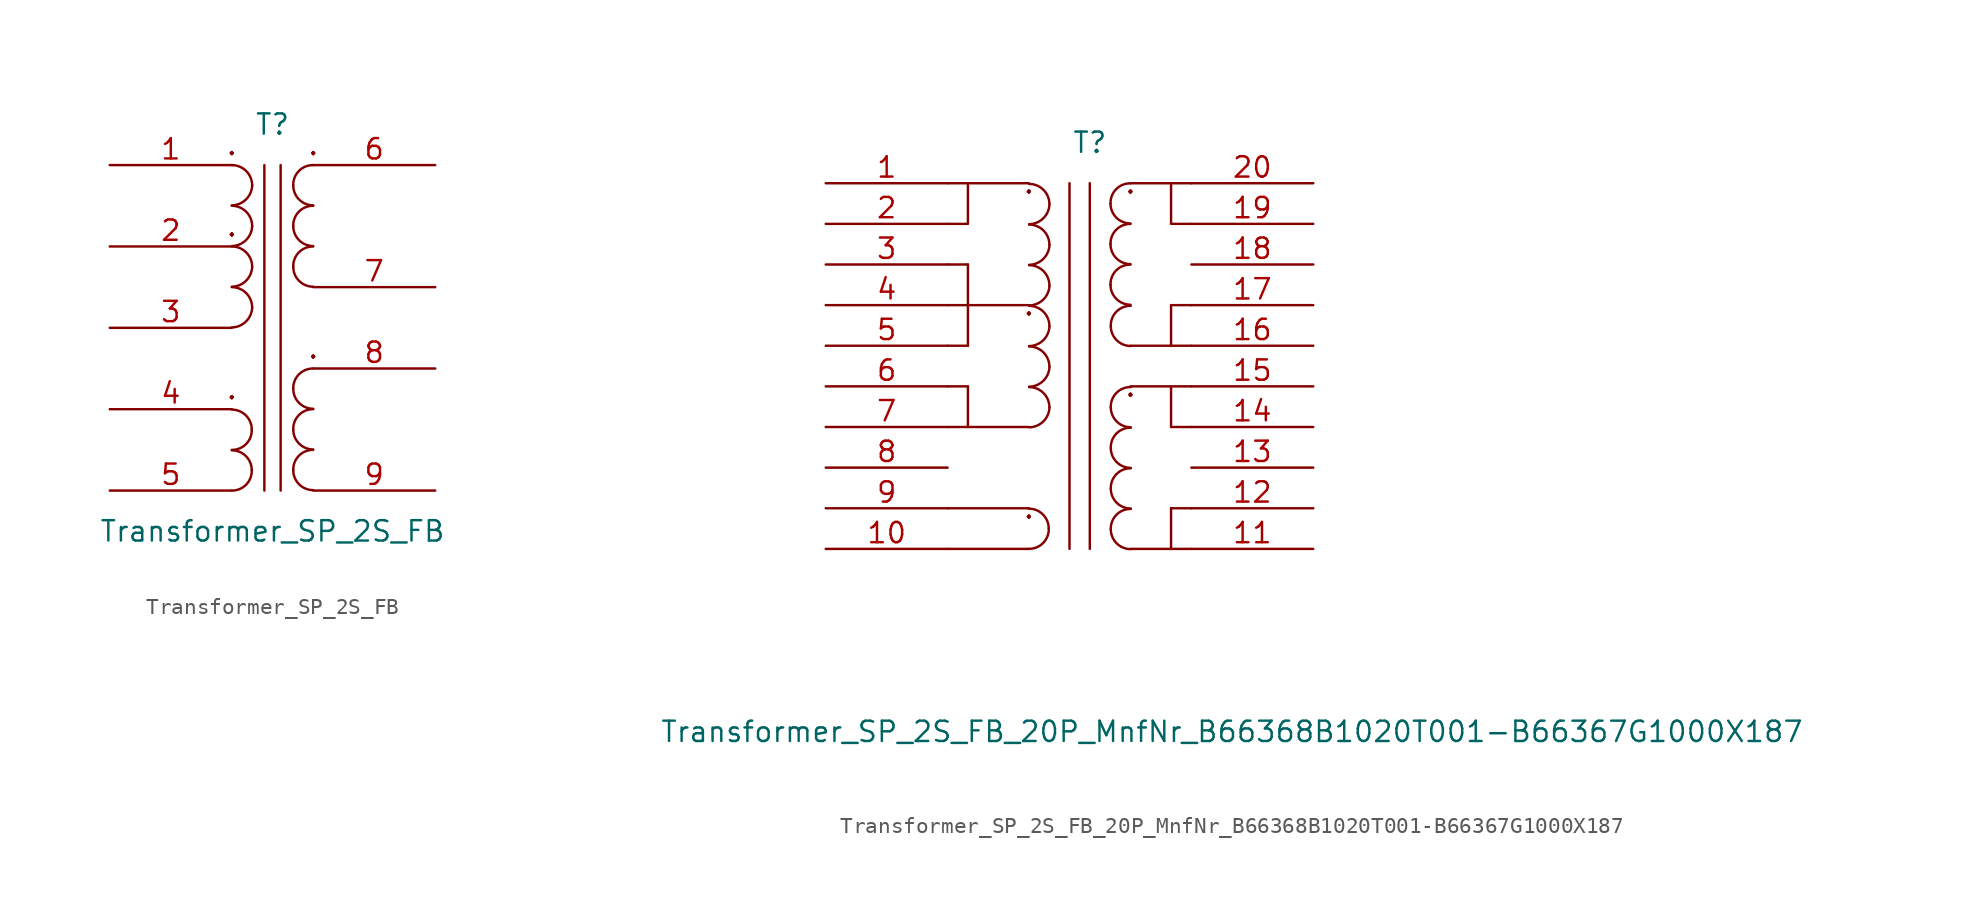
<source format=kicad_sym>
(kicad_symbol_lib
  (version 20220914)
  (generator kicad_symbol_editor)
  (symbol "Transformer_SP_2S_FB"
    (pin_names
      (offset 1.016) hide)
    (property "Reference" "T"
      (at -5.08 3.81 0)
      (effects (font (size 1.27 1.27))))
    (property "Value" "Transformer_SP_2S_FB"
      (at -5.08 -21.59 0)
      (effects (font (size 1.27 1.27))))
    (symbol "Transformer_SP_2S_FB_0_1"
      (arc (start -7.62 -19.05) (mid -6.7258 -18.6815) (end -6.3754 -17.78) (stroke (width 0) (type default)) (fill (type none)))
      (arc (start -7.62 -16.51) (mid -6.7258 -16.1415) (end -6.3754 -15.24) (stroke (width 0) (type default)) (fill (type none)))
      (arc (start -7.62 -8.8646) (mid -6.7361 -8.4963) (end -6.35 -7.62) (stroke (width 0) (type default)) (fill (type none)))
      (arc (start -7.62 -6.3246) (mid -6.7361 -5.9563) (end -6.35 -5.08) (stroke (width 0) (type default)) (fill (type none)))
      (arc (start -7.62 -3.7846) (mid -6.7361 -3.4163) (end -6.35 -2.54) (stroke (width 0) (type default)) (fill (type none)))
      (arc (start -7.62 -1.2446) (mid -6.7361 -0.8763) (end -6.35 0) (stroke (width 0) (type default)) (fill (type none)))
      (arc (start -6.3754 -17.78) (mid -6.7399 -16.8999) (end -7.62 -16.5354) (stroke (width 0) (type default)) (fill (type none)))
      (arc (start -6.3754 -15.24) (mid -6.7399 -14.3599) (end -7.62 -13.9954) (stroke (width 0) (type default)) (fill (type none)))
      (arc (start -6.35 -7.62) (mid -6.722 -6.722) (end -7.62 -6.35) (stroke (width 0) (type default)) (fill (type none)))
      (arc (start -6.35 -5.08) (mid -6.722 -4.182) (end -7.62 -3.81) (stroke (width 0) (type default)) (fill (type none)))
      (arc (start -6.35 -2.54) (mid -6.722 -1.642) (end -7.62 -1.27) (stroke (width 0) (type default)) (fill (type none)))
      (arc (start -6.35 0) (mid -6.722 0.898) (end -7.62 1.27) (stroke (width 0) (type default)) (fill (type none)))
      (arc (start -3.7846 -17.78) (mid -3.4201 -18.6601) (end -2.54 -19.0246) (stroke (width 0) (type default)) (fill (type none)))
      (arc (start -3.7846 -15.24) (mid -3.4201 -16.1201) (end -2.54 -16.4846) (stroke (width 0) (type default)) (fill (type none)))
      (arc (start -3.7846 -12.7) (mid -3.4201 -13.5801) (end -2.54 -13.9446) (stroke (width 0) (type default)) (fill (type none)))
      (arc (start -3.7846 -5.08) (mid -3.4201 -5.9601) (end -2.54 -6.3246) (stroke (width 0) (type default)) (fill (type none)))
      (arc (start -3.7846 -2.54) (mid -3.4201 -3.4201) (end -2.54 -3.7846) (stroke (width 0) (type default)) (fill (type none)))
      (arc (start -3.7846 0) (mid -3.4201 -0.8801) (end -2.54 -1.2446) (stroke (width 0) (type default)) (fill (type none)))
      (arc (start -2.54 -16.51) (mid -3.4342 -16.8785) (end -3.7846 -17.78) (stroke (width 0) (type default)) (fill (type none)))
      (arc (start -2.54 -13.97) (mid -3.4342 -14.3385) (end -3.7846 -15.24) (stroke (width 0) (type default)) (fill (type none)))
      (arc (start -2.54 -11.43) (mid -3.4342 -11.7985) (end -3.7846 -12.7) (stroke (width 0) (type default)) (fill (type none)))
      (arc (start -2.54 -3.81) (mid -3.4342 -4.1785) (end -3.7846 -5.08) (stroke (width 0) (type default)) (fill (type none)))
      (arc (start -2.54 -1.27) (mid -3.4342 -1.6385) (end -3.7846 -2.54) (stroke (width 0) (type default)) (fill (type none)))
      (arc (start -2.54 1.27) (mid -3.4342 0.9015) (end -3.7846 0) (stroke (width 0) (type default)) (fill (type none)))
      (polyline (pts (xy -5.588 -19.05) (xy -5.588 1.27)) (stroke (width 0) (type default)) (fill (type none)))
      (polyline (pts (xy -4.572 1.27) (xy -4.572 -19.05)) (stroke (width 0) (type default)) (fill (type none))))
    (symbol "Transformer_SP_2S_FB_1_1"
      (text "." (at -7.62 -12.7 0) (effects (font (size 1.27 1.27))))
      (text "." (at -7.62 -2.54 0) (effects (font (size 1.27 1.27))))
      (text "." (at -7.62 2.54 0) (effects (font (size 1.27 1.27))))
      (text "." (at -2.54 -10.16 0) (effects (font (size 1.27 1.27))))
      (text "." (at -2.54 2.54 0) (effects (font (size 1.27 1.27))))
      (pin passive line (at -15.24 1.27 0) (length 7.62) (name "IN+" (effects (font (size 1.27 1.27)))) (number "1" (effects (font (size 1.27 1.27)))))
      (pin passive line (at -15.24 -3.81 0) (length 7.62) (name "PM" (effects (font (size 1.27 1.27)))) (number "2" (effects (font (size 1.27 1.27)))))
      (pin passive line (at -15.24 -8.89 0) (length 7.62) (name "IN-" (effects (font (size 1.27 1.27)))) (number "3" (effects (font (size 1.27 1.27)))))
      (pin passive line (at -15.24 -13.97 0) (length 7.62) (name "FB1" (effects (font (size 1.27 1.27)))) (number "4" (effects (font (size 1.27 1.27)))))
      (pin passive line (at -15.24 -19.05 0) (length 7.62) (name "FB2" (effects (font (size 1.27 1.27)))) (number "5" (effects (font (size 1.27 1.27)))))
      (pin passive line (at 5.08 1.27 180) (length 7.62) (name "OUT1A" (effects (font (size 1.27 1.27)))) (number "6" (effects (font (size 1.27 1.27)))))
      (pin passive line (at 5.08 -6.35 180) (length 7.62) (name "OUT1B" (effects (font (size 1.27 1.27)))) (number "7" (effects (font (size 1.27 1.27)))))
      (pin passive line (at 5.08 -11.43 180) (length 7.62) (name "OUT2A" (effects (font (size 1.27 1.27)))) (number "8" (effects (font (size 1.27 1.27)))))
      (pin passive line (at 5.08 -19.05 180) (length 7.62) (name "OUT2B" (effects (font (size 1.27 1.27)))) (number "9" (effects (font (size 1.27 1.27)))))))
  (symbol "Transformer_SP_2S_FB_20P_MnfNr_B66368B1020T001-B66367G1000X187"
    (pin_names
      (offset 1.016) hide)
    (property "Reference" "T"
      (at -13.97 15.24 0)
      (effects (font (size 1.27 1.27))))
    (property "Value" "Transformer_SP_2S_FB_20P_MnfNr_B66368B1020T001-B66367G1000X187"
      (at -5.08 -21.59 0)
      (effects (font (size 1.27 1.27))))
    (symbol "Transformer_SP_2S_FB_20P_MnfNr_B66368B1020T001-B66367G1000X187_0_1"
      (arc (start -17.78 -10.16) (mid -16.8858 -9.7915) (end -16.5354 -8.89) (stroke (width 0) (type default)) (fill (type none)))
      (arc (start -17.7615 -2.5591) (mid -16.8776 -2.1908) (end -16.4915 -1.3145) (stroke (width 0) (type default)) (fill (type none)))
      (arc (start -17.7615 -0.0191) (mid -16.8776 0.3492) (end -16.4915 1.2255) (stroke (width 0) (type default)) (fill (type none)))
      (arc (start -17.7615 2.5209) (mid -16.8776 2.8892) (end -16.4915 3.7655) (stroke (width 0) (type default)) (fill (type none)))
      (arc (start -17.7617 5.0611) (mid -16.8778 5.4294) (end -16.4917 6.3057) (stroke (width 0) (type default)) (fill (type none)))
      (arc (start -17.7617 7.6011) (mid -16.8778 7.9694) (end -16.4917 8.8457) (stroke (width 0) (type default)) (fill (type none)))
      (arc (start -17.7617 10.1411) (mid -16.8778 10.5094) (end -16.4917 11.3857) (stroke (width 0) (type default)) (fill (type none)))
      (arc (start -16.5354 -8.89) (mid -16.8999 -8.0099) (end -17.78 -7.6454) (stroke (width 0) (type default)) (fill (type none)))
      (arc (start -16.4915 -1.3145) (mid -16.8635 -0.4165) (end -17.7615 -0.0445) (stroke (width 0) (type default)) (fill (type none)))
      (arc (start -16.4915 1.2255) (mid -16.8635 2.1235) (end -17.7615 2.4955) (stroke (width 0) (type default)) (fill (type none)))
      (arc (start -16.4915 3.7655) (mid -16.8635 4.6635) (end -17.7615 5.0355) (stroke (width 0) (type default)) (fill (type none)))
      (arc (start -16.4917 6.3057) (mid -16.8637 7.2037) (end -17.7617 7.5757) (stroke (width 0) (type default)) (fill (type none)))
      (arc (start -16.4917 8.8457) (mid -16.8637 9.7437) (end -17.7617 10.1157) (stroke (width 0) (type default)) (fill (type none)))
      (arc (start -16.4917 11.3857) (mid -16.8637 12.2837) (end -17.7617 12.6557) (stroke (width 0) (type default)) (fill (type none)))
      (arc (start -12.6746 6.35) (mid -12.3101 5.4699) (end -11.43 5.1054) (stroke (width 0) (type default)) (fill (type none)))
      (arc (start -12.6746 8.89) (mid -12.3101 8.0099) (end -11.43 7.6454) (stroke (width 0) (type default)) (fill (type none)))
      (arc (start -12.6746 11.43) (mid -12.3101 10.5499) (end -11.43 10.1854) (stroke (width 0) (type default)) (fill (type none)))
      (arc (start -12.6576 -8.932) (mid -12.2931 -9.8121) (end -11.413 -10.1766) (stroke (width 0) (type default)) (fill (type none)))
      (arc (start -12.6576 -6.392) (mid -12.2931 -7.2721) (end -11.413 -7.6366) (stroke (width 0) (type default)) (fill (type none)))
      (arc (start -12.6576 -3.852) (mid -12.2931 -4.7321) (end -11.413 -5.0966) (stroke (width 0) (type default)) (fill (type none)))
      (arc (start -12.6578 -1.3116) (mid -12.2933 -2.1917) (end -11.4132 -2.5562) (stroke (width 0) (type default)) (fill (type none)))
      (arc (start -12.6578 3.7684) (mid -12.2933 2.8883) (end -11.4132 2.5238) (stroke (width 0) (type default)) (fill (type none)))
      (arc (start -11.43 7.62) (mid -12.3242 7.2515) (end -12.6746 6.35) (stroke (width 0) (type default)) (fill (type none)))
      (arc (start -11.43 10.16) (mid -12.3242 9.7915) (end -12.6746 8.89) (stroke (width 0) (type default)) (fill (type none)))
      (arc (start -11.43 12.7) (mid -12.3242 12.3315) (end -12.6746 11.43) (stroke (width 0) (type default)) (fill (type none)))
      (arc (start -11.413 -7.662) (mid -12.3072 -8.0305) (end -12.6576 -8.932) (stroke (width 0) (type default)) (fill (type none)))
      (arc (start -11.413 -5.122) (mid -12.3072 -5.4905) (end -12.6576 -6.392) (stroke (width 0) (type default)) (fill (type none)))
      (arc (start -11.413 -2.582) (mid -12.3072 -2.9505) (end -12.6576 -3.852) (stroke (width 0) (type default)) (fill (type none)))
      (arc (start -11.4132 -0.0416) (mid -12.3074 -0.4101) (end -12.6578 -1.3116) (stroke (width 0) (type default)) (fill (type none)))
      (arc (start -11.4132 5.0384) (mid -12.3074 4.6699) (end -12.6578 3.7684) (stroke (width 0) (type default)) (fill (type none)))
      (polyline (pts (xy -22.86 -10.16) (xy -17.78 -10.16)) (stroke (width 0) (type default)) (fill (type none)))
      (polyline (pts (xy -22.86 -7.62) (xy -17.78 -7.62)) (stroke (width 0) (type default)) (fill (type none)))
      (polyline (pts (xy -22.86 -2.54) (xy -17.78 -2.54)) (stroke (width 0) (type default)) (fill (type none)))
      (polyline (pts (xy -22.86 0) (xy -21.59 0)) (stroke (width 0) (type default)) (fill (type none)))
      (polyline (pts (xy -22.86 5.08) (xy -17.78 5.08)) (stroke (width 0) (type default)) (fill (type none)))
      (polyline (pts (xy -22.86 7.62) (xy -21.59 7.62)) (stroke (width 0) (type default)) (fill (type none)))
      (polyline (pts (xy -22.86 12.7) (xy -17.78 12.7)) (stroke (width 0) (type default)) (fill (type none)))
      (polyline (pts (xy -21.59 0) (xy -21.59 -2.54)) (stroke (width 0) (type default)) (fill (type none)))
      (polyline (pts (xy -21.59 2.54) (xy -22.86 2.54)) (stroke (width 0) (type default)) (fill (type none)))
      (polyline (pts (xy -21.59 7.62) (xy -21.59 2.54)) (stroke (width 0) (type default)) (fill (type none)))
      (polyline (pts (xy -15.24 -10.16) (xy -15.24 12.7)) (stroke (width 0) (type default)) (fill (type none)))
      (polyline (pts (xy -13.97 12.7) (xy -13.97 -10.16)) (stroke (width 0) (type default)) (fill (type none)))
      (polyline (pts (xy -11.43 -10.16) (xy -7.62 -10.16)) (stroke (width 0) (type default)) (fill (type none)))
      (polyline (pts (xy -11.43 2.54) (xy -7.62 2.54)) (stroke (width 0) (type default)) (fill (type none)))
      (polyline (pts (xy -11.43 12.7) (xy -7.62 12.7)) (stroke (width 0) (type default)) (fill (type none)))
      (polyline (pts (xy -8.89 -7.62) (xy -8.89 -10.16)) (stroke (width 0) (type default)) (fill (type none)))
      (polyline (pts (xy -8.89 -2.54) (xy -8.89 0)) (stroke (width 0) (type default)) (fill (type none)))
      (polyline (pts (xy -8.89 5.08) (xy -8.89 2.54)) (stroke (width 0) (type default)) (fill (type none)))
      (polyline (pts (xy -7.62 -7.62) (xy -8.89 -7.62)) (stroke (width 0) (type default)) (fill (type none)))
      (polyline (pts (xy -7.62 -2.54) (xy -8.89 -2.54)) (stroke (width 0) (type default)) (fill (type none)))
      (polyline (pts (xy -7.62 0) (xy -11.43 0)) (stroke (width 0) (type default)) (fill (type none)))
      (polyline (pts (xy -7.62 5.08) (xy -8.89 5.08)) (stroke (width 0) (type default)) (fill (type none)))
      (polyline (pts (xy -21.59 12.7) (xy -21.59 10.16) (xy -22.86 10.16)) (stroke (width 0) (type default)) (fill (type none)))
      (polyline (pts (xy -7.62 10.16) (xy -8.89 10.16) (xy -8.89 12.7)) (stroke (width 0) (type default)) (fill (type none))))
    (symbol "Transformer_SP_2S_FB_20P_MnfNr_B66368B1020T001-B66367G1000X187_1_1"
      (text "." (at -17.78 -7.62 0) (effects (font (size 1.27 1.27))))
      (text "." (at -17.78 5.08 0) (effects (font (size 1.27 1.27))))
      (text "." (at -17.78 12.7 0) (effects (font (size 1.27 1.27))))
      (text "." (at -11.43 0 0) (effects (font (size 1.27 1.27))))
      (text "." (at -11.43 12.7 0) (effects (font (size 1.27 1.27))))
      (pin passive line (at -30.48 12.7 0) (length 7.62) (name "IN+" (effects (font (size 1.27 1.27)))) (number "1" (effects (font (size 1.27 1.27)))))
      (pin passive line (at -30.48 -10.16 0) (length 7.62) (name "OUT2B" (effects (font (size 1.27 1.27)))) (number "10" (effects (font (size 1.27 1.27)))))
      (pin passive line (at 0 -10.16 180) (length 7.62) (name "IN+" (effects (font (size 1.27 1.27)))) (number "11" (effects (font (size 1.27 1.27)))))
      (pin passive line (at 0 -7.62 180) (length 7.62) (name "PM" (effects (font (size 1.27 1.27)))) (number "12" (effects (font (size 1.27 1.27)))))
      (pin passive line (at 0 -5.08 180) (length 7.62) (name "IN-" (effects (font (size 1.27 1.27)))) (number "13" (effects (font (size 1.27 1.27)))))
      (pin passive line (at 0 -2.54 180) (length 7.62) (name "FB1" (effects (font (size 1.27 1.27)))) (number "14" (effects (font (size 1.27 1.27)))))
      (pin passive line (at 0 0 180) (length 7.62) (name "FB2" (effects (font (size 1.27 1.27)))) (number "15" (effects (font (size 1.27 1.27)))))
      (pin passive line (at 0 2.54 180) (length 7.62) (name "OUT1A" (effects (font (size 1.27 1.27)))) (number "16" (effects (font (size 1.27 1.27)))))
      (pin passive line (at 0 5.08 180) (length 7.62) (name "OUT1B" (effects (font (size 1.27 1.27)))) (number "17" (effects (font (size 1.27 1.27)))))
      (pin passive line (at 0 7.62 180) (length 7.62) (name "OUT2A" (effects (font (size 1.27 1.27)))) (number "18" (effects (font (size 1.27 1.27)))))
      (pin passive line (at 0 10.16 180) (length 7.62) (name "OUT2B" (effects (font (size 1.27 1.27)))) (number "19" (effects (font (size 1.27 1.27)))))
      (pin passive line (at -30.48 10.16 0) (length 7.62) (name "PM" (effects (font (size 1.27 1.27)))) (number "2" (effects (font (size 1.27 1.27)))))
      (pin passive line (at 0 12.7 180) (length 7.62) (name "OUT2B" (effects (font (size 1.27 1.27)))) (number "20" (effects (font (size 1.27 1.27)))))
      (pin passive line (at -30.48 7.62 0) (length 7.62) (name "IN-" (effects (font (size 1.27 1.27)))) (number "3" (effects (font (size 1.27 1.27)))))
      (pin passive line (at -30.48 5.08 0) (length 7.62) (name "FB1" (effects (font (size 1.27 1.27)))) (number "4" (effects (font (size 1.27 1.27)))))
      (pin passive line (at -30.48 2.54 0) (length 7.62) (name "FB2" (effects (font (size 1.27 1.27)))) (number "5" (effects (font (size 1.27 1.27)))))
      (pin passive line (at -30.48 0 0) (length 7.62) (name "OUT1A" (effects (font (size 1.27 1.27)))) (number "6" (effects (font (size 1.27 1.27)))))
      (pin passive line (at -30.48 -2.54 0) (length 7.62) (name "OUT1B" (effects (font (size 1.27 1.27)))) (number "7" (effects (font (size 1.27 1.27)))))
      (pin passive line (at -30.48 -5.08 0) (length 7.62) (name "OUT2A" (effects (font (size 1.27 1.27)))) (number "8" (effects (font (size 1.27 1.27)))))
      (pin passive line (at -30.48 -7.62 0) (length 7.62) (name "OUT2B" (effects (font (size 1.27 1.27)))) (number "9" (effects (font (size 1.27 1.27))))))))
</source>
